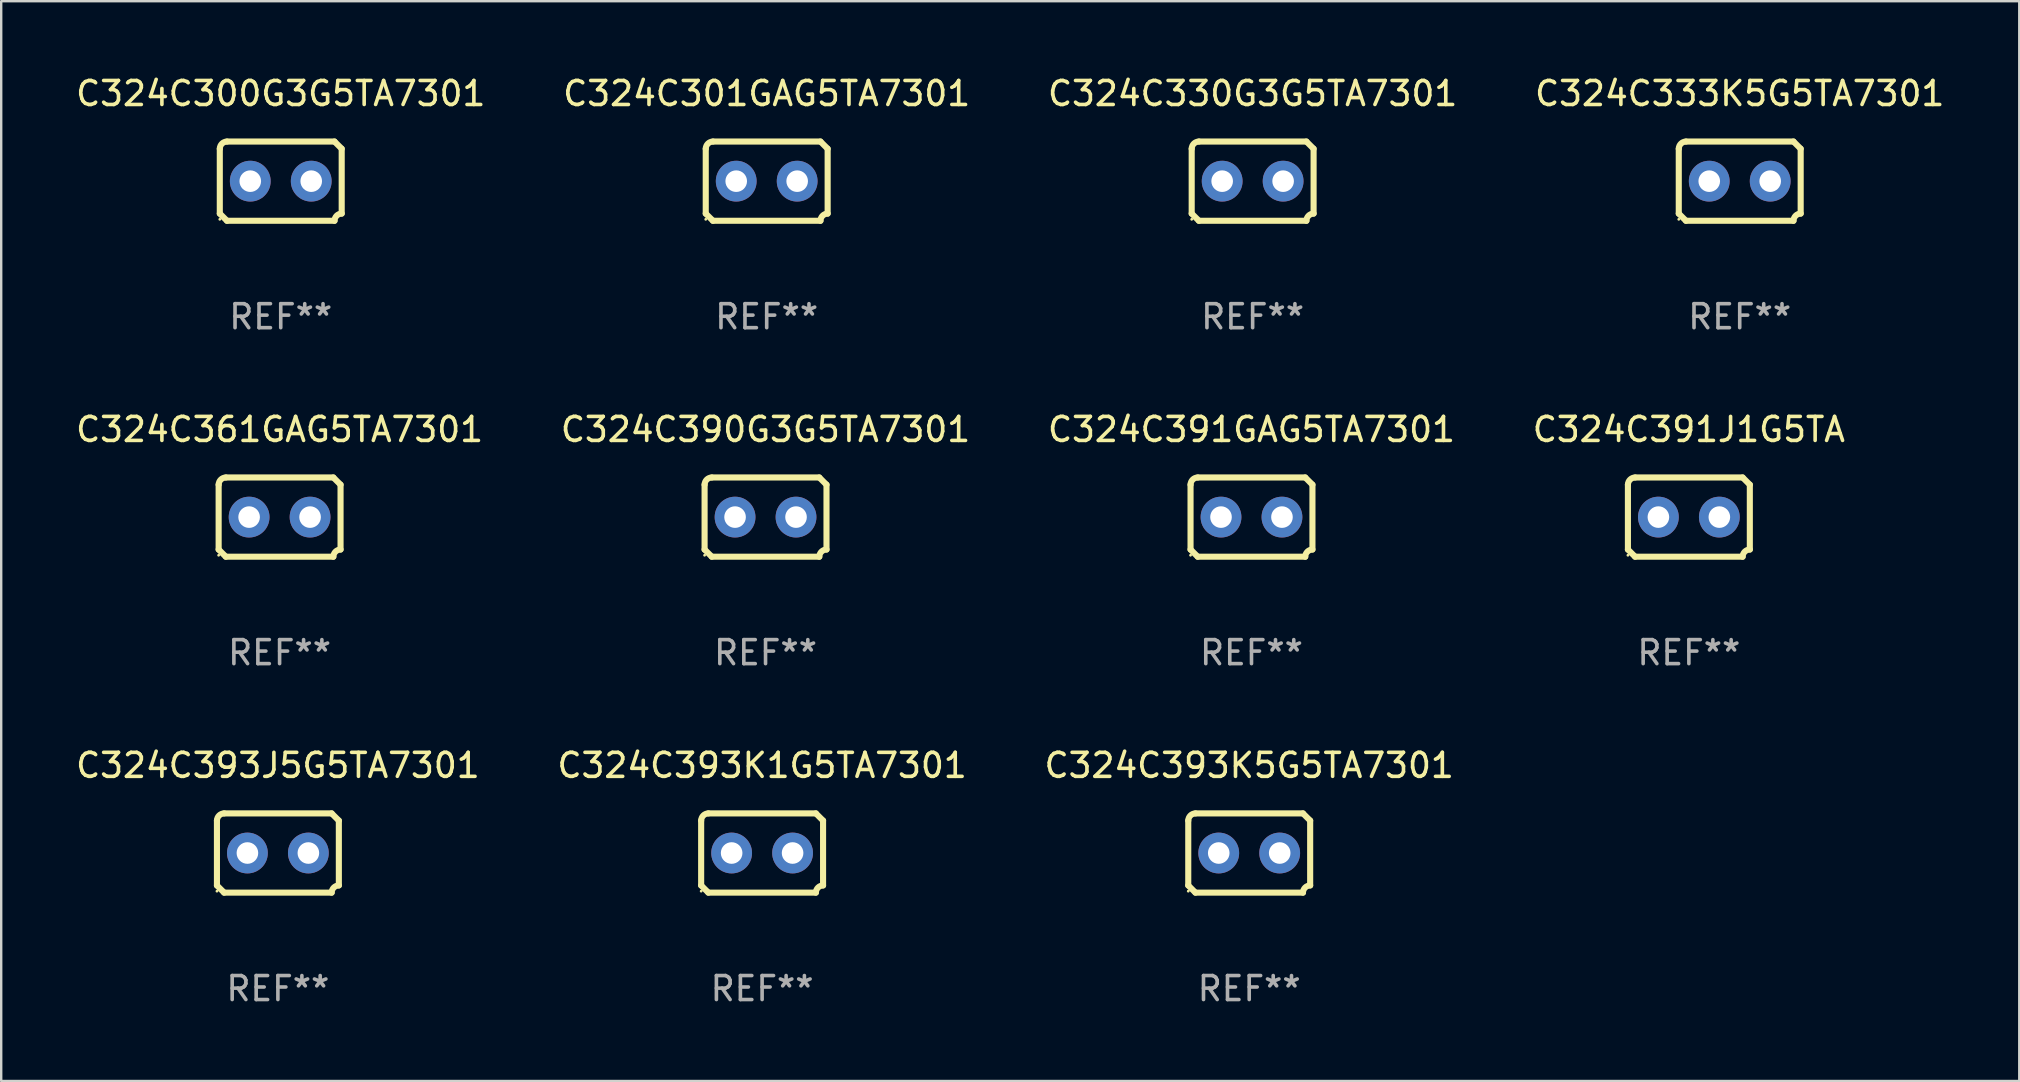
<source format=kicad_pcb>
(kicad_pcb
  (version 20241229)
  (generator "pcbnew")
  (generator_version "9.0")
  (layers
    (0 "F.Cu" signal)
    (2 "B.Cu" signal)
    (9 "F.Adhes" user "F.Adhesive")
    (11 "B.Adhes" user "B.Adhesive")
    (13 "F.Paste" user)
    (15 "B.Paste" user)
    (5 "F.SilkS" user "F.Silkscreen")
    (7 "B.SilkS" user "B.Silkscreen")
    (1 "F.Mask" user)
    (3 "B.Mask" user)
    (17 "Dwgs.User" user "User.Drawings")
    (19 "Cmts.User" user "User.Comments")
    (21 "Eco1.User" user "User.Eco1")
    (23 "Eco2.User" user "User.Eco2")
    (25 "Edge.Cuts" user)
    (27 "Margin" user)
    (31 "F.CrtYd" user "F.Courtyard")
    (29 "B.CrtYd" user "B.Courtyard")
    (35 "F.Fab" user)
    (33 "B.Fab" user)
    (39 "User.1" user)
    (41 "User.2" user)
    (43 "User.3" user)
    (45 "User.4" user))
  (footprint "C324C300G3G5TA7301"
    (layer "F.Cu")
    (at 8.649 4.499)
    (property "Reference" "C324C300G3G5TA7301" (at 0 -3.651 0) (layer "F.SilkS") (effects (font (size 1 1) (thickness 0.15))))
    (attr through_hole)
    (fp_line (start -2.54 -1.351) (end -2.54 1.351) (stroke (width 0.254) (type solid)) (layer "F.SilkS"))
    (fp_line (start -2.24 -1.651) (end 2.24 -1.651) (stroke (width 0.254) (type solid)) (layer "F.SilkS"))
    (fp_line (start 2.24 1.651) (end -2.24 1.651) (stroke (width 0.254) (type solid)) (layer "F.SilkS"))
    (fp_line (start 2.54 1.351) (end 2.54 -1.351) (stroke (width 0.254) (type solid)) (layer "F.SilkS"))
    (fp_arc (start -2.540005 -1.351283) (mid -2.450115 -1.561309) (end -2.240005 -1.651003) (stroke (width 0.254001) (type solid)) (layer "F.SilkS"))
    (fp_arc (start -2.240287 1.651001) (mid -2.390163 1.501019) (end -2.540005 1.351003) (stroke (width 0.254001) (type solid)) (layer "F.SilkS"))
    (fp_arc (start 2.240005 1.651003) (mid 2.329934 1.441015) (end 2.540005 1.351282) (stroke (width 0.254001) (type solid)) (layer "F.SilkS"))
    (fp_arc (start 2.540005 -1.351003) (mid 2.389393 -1.500252) (end 2.240284 -1.651003) (stroke (width 0.254001) (type solid)) (layer "F.SilkS"))
    (fp_circle (center -2.54 1.59) (end -2.51 1.59) (stroke (width 0.06) (type solid)) (fill no) (layer "F.SilkS"))
    (fp_text user "REF**" (at 0 5.651 0) (layer "F.Fab") (effects (font (size 1 1) (thickness 0.15))))
    (pad "1" thru_hole circle (at -1.27 0) (size 1.7 1.7) (drill 0.9) (layers "*.Cu" "*.Mask"))
    (pad "2" thru_hole circle (at 1.27 0) (size 1.7 1.7) (drill 0.9) (layers "*.Cu" "*.Mask")))
  (footprint "C324C390G3G5TA7301"
    (layer "F.Cu")
    (at 28.851 18.498)
    (property "Reference" "C324C390G3G5TA7301" (at 0 -3.651 0) (layer "F.SilkS") (effects (font (size 1 1) (thickness 0.15))))
    (attr through_hole)
    (fp_line (start -2.54 -1.351) (end -2.54 1.351) (stroke (width 0.254) (type solid)) (layer "F.SilkS"))
    (fp_line (start -2.24 -1.651) (end 2.24 -1.651) (stroke (width 0.254) (type solid)) (layer "F.SilkS"))
    (fp_line (start 2.24 1.651) (end -2.24 1.651) (stroke (width 0.254) (type solid)) (layer "F.SilkS"))
    (fp_line (start 2.54 1.351) (end 2.54 -1.351) (stroke (width 0.254) (type solid)) (layer "F.SilkS"))
    (fp_arc (start -2.540005 -1.351283) (mid -2.450115 -1.561309) (end -2.240005 -1.651003) (stroke (width 0.254001) (type solid)) (layer "F.SilkS"))
    (fp_arc (start -2.240287 1.651001) (mid -2.390163 1.501019) (end -2.540005 1.351003) (stroke (width 0.254001) (type solid)) (layer "F.SilkS"))
    (fp_arc (start 2.240005 1.651003) (mid 2.329934 1.441015) (end 2.540005 1.351282) (stroke (width 0.254001) (type solid)) (layer "F.SilkS"))
    (fp_arc (start 2.540005 -1.351003) (mid 2.389393 -1.500252) (end 2.240284 -1.651003) (stroke (width 0.254001) (type solid)) (layer "F.SilkS"))
    (fp_circle (center -2.54 1.59) (end -2.51 1.59) (stroke (width 0.06) (type solid)) (fill no) (layer "F.SilkS"))
    (fp_text user "REF**" (at 0 5.651 0) (layer "F.Fab") (effects (font (size 1 1) (thickness 0.15))))
    (pad "1" thru_hole circle (at -1.27 0) (size 1.7 1.7) (drill 0.9) (layers "*.Cu" "*.Mask"))
    (pad "2" thru_hole circle (at 1.27 0) (size 1.7 1.7) (drill 0.9) (layers "*.Cu" "*.Mask")))
  (footprint "C324C391GAG5TA7301"
    (layer "F.Cu")
    (at 49.101 18.498)
    (property "Reference" "C324C391GAG5TA7301" (at 0 -3.651 0) (layer "F.SilkS") (effects (font (size 1 1) (thickness 0.15))))
    (attr through_hole)
    (fp_line (start -2.54 -1.351) (end -2.54 1.351) (stroke (width 0.254) (type solid)) (layer "F.SilkS"))
    (fp_line (start -2.24 -1.651) (end 2.24 -1.651) (stroke (width 0.254) (type solid)) (layer "F.SilkS"))
    (fp_line (start 2.24 1.651) (end -2.24 1.651) (stroke (width 0.254) (type solid)) (layer "F.SilkS"))
    (fp_line (start 2.54 1.351) (end 2.54 -1.351) (stroke (width 0.254) (type solid)) (layer "F.SilkS"))
    (fp_arc (start -2.540005 -1.351283) (mid -2.450115 -1.561309) (end -2.240005 -1.651003) (stroke (width 0.254001) (type solid)) (layer "F.SilkS"))
    (fp_arc (start -2.240287 1.651001) (mid -2.390163 1.501019) (end -2.540005 1.351003) (stroke (width 0.254001) (type solid)) (layer "F.SilkS"))
    (fp_arc (start 2.240005 1.651003) (mid 2.329934 1.441015) (end 2.540005 1.351282) (stroke (width 0.254001) (type solid)) (layer "F.SilkS"))
    (fp_arc (start 2.540005 -1.351003) (mid 2.389393 -1.500252) (end 2.240284 -1.651003) (stroke (width 0.254001) (type solid)) (layer "F.SilkS"))
    (fp_circle (center -2.54 1.59) (end -2.51 1.59) (stroke (width 0.06) (type solid)) (fill no) (layer "F.SilkS"))
    (fp_text user "REF**" (at 0 5.651 0) (layer "F.Fab") (effects (font (size 1 1) (thickness 0.15))))
    (pad "1" thru_hole circle (at -1.27 0) (size 1.7 1.7) (drill 0.9) (layers "*.Cu" "*.Mask"))
    (pad "2" thru_hole circle (at 1.27 0) (size 1.7 1.7) (drill 0.9) (layers "*.Cu" "*.Mask")))
  (footprint "C324C393J5G5TA7301"
    (layer "F.Cu")
    (at 8.53 32.496)
    (property "Reference" "C324C393J5G5TA7301" (at 0 -3.651 0) (layer "F.SilkS") (effects (font (size 1 1) (thickness 0.15))))
    (attr through_hole)
    (fp_line (start -2.54 -1.351) (end -2.54 1.351) (stroke (width 0.254) (type solid)) (layer "F.SilkS"))
    (fp_line (start -2.24 -1.651) (end 2.24 -1.651) (stroke (width 0.254) (type solid)) (layer "F.SilkS"))
    (fp_line (start 2.24 1.651) (end -2.24 1.651) (stroke (width 0.254) (type solid)) (layer "F.SilkS"))
    (fp_line (start 2.54 1.351) (end 2.54 -1.351) (stroke (width 0.254) (type solid)) (layer "F.SilkS"))
    (fp_arc (start -2.540005 -1.351283) (mid -2.450115 -1.561309) (end -2.240005 -1.651003) (stroke (width 0.254001) (type solid)) (layer "F.SilkS"))
    (fp_arc (start -2.240287 1.651001) (mid -2.390163 1.501019) (end -2.540005 1.351003) (stroke (width 0.254001) (type solid)) (layer "F.SilkS"))
    (fp_arc (start 2.240005 1.651003) (mid 2.329934 1.441015) (end 2.540005 1.351282) (stroke (width 0.254001) (type solid)) (layer "F.SilkS"))
    (fp_arc (start 2.540005 -1.351003) (mid 2.389393 -1.500252) (end 2.240284 -1.651003) (stroke (width 0.254001) (type solid)) (layer "F.SilkS"))
    (fp_circle (center -2.54 1.59) (end -2.51 1.59) (stroke (width 0.06) (type solid)) (fill no) (layer "F.SilkS"))
    (fp_text user "REF**" (at 0 5.651 0) (layer "F.Fab") (effects (font (size 1 1) (thickness 0.15))))
    (pad "1" thru_hole circle (at -1.27 0) (size 1.7 1.7) (drill 0.9) (layers "*.Cu" "*.Mask"))
    (pad "2" thru_hole circle (at 1.27 0) (size 1.7 1.7) (drill 0.9) (layers "*.Cu" "*.Mask")))
  (footprint "C324C393K1G5TA7301"
    (layer "F.Cu")
    (at 28.708 32.496)
    (property "Reference" "C324C393K1G5TA7301" (at 0 -3.651 0) (layer "F.SilkS") (effects (font (size 1 1) (thickness 0.15))))
    (attr through_hole)
    (fp_line (start -2.54 -1.351) (end -2.54 1.351) (stroke (width 0.254) (type solid)) (layer "F.SilkS"))
    (fp_line (start -2.24 -1.651) (end 2.24 -1.651) (stroke (width 0.254) (type solid)) (layer "F.SilkS"))
    (fp_line (start 2.24 1.651) (end -2.24 1.651) (stroke (width 0.254) (type solid)) (layer "F.SilkS"))
    (fp_line (start 2.54 1.351) (end 2.54 -1.351) (stroke (width 0.254) (type solid)) (layer "F.SilkS"))
    (fp_arc (start -2.540005 -1.351283) (mid -2.450115 -1.561309) (end -2.240005 -1.651003) (stroke (width 0.254001) (type solid)) (layer "F.SilkS"))
    (fp_arc (start -2.240287 1.651001) (mid -2.390163 1.501019) (end -2.540005 1.351003) (stroke (width 0.254001) (type solid)) (layer "F.SilkS"))
    (fp_arc (start 2.240005 1.651003) (mid 2.329934 1.441015) (end 2.540005 1.351282) (stroke (width 0.254001) (type solid)) (layer "F.SilkS"))
    (fp_arc (start 2.540005 -1.351003) (mid 2.389393 -1.500252) (end 2.240284 -1.651003) (stroke (width 0.254001) (type solid)) (layer "F.SilkS"))
    (fp_circle (center -2.54 1.59) (end -2.51 1.59) (stroke (width 0.06) (type solid)) (fill no) (layer "F.SilkS"))
    (fp_text user "REF**" (at 0 5.651 0) (layer "F.Fab") (effects (font (size 1 1) (thickness 0.15))))
    (pad "1" thru_hole circle (at -1.27 0) (size 1.7 1.7) (drill 0.9) (layers "*.Cu" "*.Mask"))
    (pad "2" thru_hole circle (at 1.27 0) (size 1.7 1.7) (drill 0.9) (layers "*.Cu" "*.Mask")))
  (footprint "C324C391J1G5TA"
    (layer "F.Cu")
    (at 67.327 18.498)
    (property "Reference" "C324C391J1G5TA" (at 0 -3.651 0) (layer "F.SilkS") (effects (font (size 1 1) (thickness 0.15))))
    (attr through_hole)
    (fp_line (start -2.54 -1.351) (end -2.54 1.351) (stroke (width 0.254) (type solid)) (layer "F.SilkS"))
    (fp_line (start -2.24 -1.651) (end 2.24 -1.651) (stroke (width 0.254) (type solid)) (layer "F.SilkS"))
    (fp_line (start 2.24 1.651) (end -2.24 1.651) (stroke (width 0.254) (type solid)) (layer "F.SilkS"))
    (fp_line (start 2.54 1.351) (end 2.54 -1.351) (stroke (width 0.254) (type solid)) (layer "F.SilkS"))
    (fp_arc (start -2.540005 -1.351283) (mid -2.450115 -1.561309) (end -2.240005 -1.651003) (stroke (width 0.254001) (type solid)) (layer "F.SilkS"))
    (fp_arc (start -2.240287 1.651001) (mid -2.390163 1.501019) (end -2.540005 1.351003) (stroke (width 0.254001) (type solid)) (layer "F.SilkS"))
    (fp_arc (start 2.240005 1.651003) (mid 2.329934 1.441015) (end 2.540005 1.351282) (stroke (width 0.254001) (type solid)) (layer "F.SilkS"))
    (fp_arc (start 2.540005 -1.351003) (mid 2.389393 -1.500252) (end 2.240284 -1.651003) (stroke (width 0.254001) (type solid)) (layer "F.SilkS"))
    (fp_circle (center -2.54 1.59) (end -2.51 1.59) (stroke (width 0.06) (type solid)) (fill no) (layer "F.SilkS"))
    (fp_text user "REF**" (at 0 5.651 0) (layer "F.Fab") (effects (font (size 1 1) (thickness 0.15))))
    (pad "1" thru_hole circle (at -1.27 0) (size 1.7 1.7) (drill 0.9) (layers "*.Cu" "*.Mask"))
    (pad "2" thru_hole circle (at 1.27 0) (size 1.7 1.7) (drill 0.9) (layers "*.Cu" "*.Mask")))
  (footprint "C324C333K5G5TA7301"
    (layer "F.Cu")
    (at 69.446 4.499)
    (property "Reference" "C324C333K5G5TA7301" (at 0 -3.651 0) (layer "F.SilkS") (effects (font (size 1 1) (thickness 0.15))))
    (attr through_hole)
    (fp_line (start -2.54 -1.351) (end -2.54 1.351) (stroke (width 0.254) (type solid)) (layer "F.SilkS"))
    (fp_line (start -2.24 -1.651) (end 2.24 -1.651) (stroke (width 0.254) (type solid)) (layer "F.SilkS"))
    (fp_line (start 2.24 1.651) (end -2.24 1.651) (stroke (width 0.254) (type solid)) (layer "F.SilkS"))
    (fp_line (start 2.54 1.351) (end 2.54 -1.351) (stroke (width 0.254) (type solid)) (layer "F.SilkS"))
    (fp_arc (start -2.540005 -1.351283) (mid -2.450115 -1.561309) (end -2.240005 -1.651003) (stroke (width 0.254001) (type solid)) (layer "F.SilkS"))
    (fp_arc (start -2.240287 1.651001) (mid -2.390163 1.501019) (end -2.540005 1.351003) (stroke (width 0.254001) (type solid)) (layer "F.SilkS"))
    (fp_arc (start 2.240005 1.651003) (mid 2.329934 1.441015) (end 2.540005 1.351282) (stroke (width 0.254001) (type solid)) (layer "F.SilkS"))
    (fp_arc (start 2.540005 -1.351003) (mid 2.389393 -1.500252) (end 2.240284 -1.651003) (stroke (width 0.254001) (type solid)) (layer "F.SilkS"))
    (fp_circle (center -2.54 1.59) (end -2.51 1.59) (stroke (width 0.06) (type solid)) (fill no) (layer "F.SilkS"))
    (fp_text user "REF**" (at 0 5.651 0) (layer "F.Fab") (effects (font (size 1 1) (thickness 0.15))))
    (pad "1" thru_hole circle (at -1.27 0) (size 1.7 1.7) (drill 0.9) (layers "*.Cu" "*.Mask"))
    (pad "2" thru_hole circle (at 1.27 0) (size 1.7 1.7) (drill 0.9) (layers "*.Cu" "*.Mask")))
  (footprint "C324C330G3G5TA7301"
    (layer "F.Cu")
    (at 49.149 4.499)
    (property "Reference" "C324C330G3G5TA7301" (at 0 -3.651 0) (layer "F.SilkS") (effects (font (size 1 1) (thickness 0.15))))
    (attr through_hole)
    (fp_line (start -2.54 -1.351) (end -2.54 1.351) (stroke (width 0.254) (type solid)) (layer "F.SilkS"))
    (fp_line (start -2.24 -1.651) (end 2.24 -1.651) (stroke (width 0.254) (type solid)) (layer "F.SilkS"))
    (fp_line (start 2.24 1.651) (end -2.24 1.651) (stroke (width 0.254) (type solid)) (layer "F.SilkS"))
    (fp_line (start 2.54 1.351) (end 2.54 -1.351) (stroke (width 0.254) (type solid)) (layer "F.SilkS"))
    (fp_arc (start -2.540005 -1.351283) (mid -2.450115 -1.561309) (end -2.240005 -1.651003) (stroke (width 0.254001) (type solid)) (layer "F.SilkS"))
    (fp_arc (start -2.240287 1.651001) (mid -2.390163 1.501019) (end -2.540005 1.351003) (stroke (width 0.254001) (type solid)) (layer "F.SilkS"))
    (fp_arc (start 2.240005 1.651003) (mid 2.329934 1.441015) (end 2.540005 1.351282) (stroke (width 0.254001) (type solid)) (layer "F.SilkS"))
    (fp_arc (start 2.540005 -1.351003) (mid 2.389393 -1.500252) (end 2.240284 -1.651003) (stroke (width 0.254001) (type solid)) (layer "F.SilkS"))
    (fp_circle (center -2.54 1.59) (end -2.51 1.59) (stroke (width 0.06) (type solid)) (fill no) (layer "F.SilkS"))
    (fp_text user "REF**" (at 0 5.651 0) (layer "F.Fab") (effects (font (size 1 1) (thickness 0.15))))
    (pad "1" thru_hole circle (at -1.27 0) (size 1.7 1.7) (drill 0.9) (layers "*.Cu" "*.Mask"))
    (pad "2" thru_hole circle (at 1.27 0) (size 1.7 1.7) (drill 0.9) (layers "*.Cu" "*.Mask")))
  (footprint "C324C301GAG5TA7301"
    (layer "F.Cu")
    (at 28.899 4.499)
    (property "Reference" "C324C301GAG5TA7301" (at 0 -3.651 0) (layer "F.SilkS") (effects (font (size 1 1) (thickness 0.15))))
    (attr through_hole)
    (fp_line (start -2.54 -1.351) (end -2.54 1.351) (stroke (width 0.254) (type solid)) (layer "F.SilkS"))
    (fp_line (start -2.24 -1.651) (end 2.24 -1.651) (stroke (width 0.254) (type solid)) (layer "F.SilkS"))
    (fp_line (start 2.24 1.651) (end -2.24 1.651) (stroke (width 0.254) (type solid)) (layer "F.SilkS"))
    (fp_line (start 2.54 1.351) (end 2.54 -1.351) (stroke (width 0.254) (type solid)) (layer "F.SilkS"))
    (fp_arc (start -2.540005 -1.351283) (mid -2.450115 -1.561309) (end -2.240005 -1.651003) (stroke (width 0.254001) (type solid)) (layer "F.SilkS"))
    (fp_arc (start -2.240287 1.651001) (mid -2.390163 1.501019) (end -2.540005 1.351003) (stroke (width 0.254001) (type solid)) (layer "F.SilkS"))
    (fp_arc (start 2.240005 1.651003) (mid 2.329934 1.441015) (end 2.540005 1.351282) (stroke (width 0.254001) (type solid)) (layer "F.SilkS"))
    (fp_arc (start 2.540005 -1.351003) (mid 2.389393 -1.500252) (end 2.240284 -1.651003) (stroke (width 0.254001) (type solid)) (layer "F.SilkS"))
    (fp_circle (center -2.54 1.59) (end -2.51 1.59) (stroke (width 0.06) (type solid)) (fill no) (layer "F.SilkS"))
    (fp_text user "REF**" (at 0 5.651 0) (layer "F.Fab") (effects (font (size 1 1) (thickness 0.15))))
    (pad "1" thru_hole circle (at -1.27 0) (size 1.7 1.7) (drill 0.9) (layers "*.Cu" "*.Mask"))
    (pad "2" thru_hole circle (at 1.27 0) (size 1.7 1.7) (drill 0.9) (layers "*.Cu" "*.Mask")))
  (footprint "C324C393K5G5TA7301"
    (layer "F.Cu")
    (at 49.006 32.496)
    (property "Reference" "C324C393K5G5TA7301" (at 0 -3.651 0) (layer "F.SilkS") (effects (font (size 1 1) (thickness 0.15))))
    (attr through_hole)
    (fp_line (start -2.54 -1.351) (end -2.54 1.351) (stroke (width 0.254) (type solid)) (layer "F.SilkS"))
    (fp_line (start -2.24 -1.651) (end 2.24 -1.651) (stroke (width 0.254) (type solid)) (layer "F.SilkS"))
    (fp_line (start 2.24 1.651) (end -2.24 1.651) (stroke (width 0.254) (type solid)) (layer "F.SilkS"))
    (fp_line (start 2.54 1.351) (end 2.54 -1.351) (stroke (width 0.254) (type solid)) (layer "F.SilkS"))
    (fp_arc (start -2.540005 -1.351283) (mid -2.450115 -1.561309) (end -2.240005 -1.651003) (stroke (width 0.254001) (type solid)) (layer "F.SilkS"))
    (fp_arc (start -2.240287 1.651001) (mid -2.390163 1.501019) (end -2.540005 1.351003) (stroke (width 0.254001) (type solid)) (layer "F.SilkS"))
    (fp_arc (start 2.240005 1.651003) (mid 2.329934 1.441015) (end 2.540005 1.351282) (stroke (width 0.254001) (type solid)) (layer "F.SilkS"))
    (fp_arc (start 2.540005 -1.351003) (mid 2.389393 -1.500252) (end 2.240284 -1.651003) (stroke (width 0.254001) (type solid)) (layer "F.SilkS"))
    (fp_circle (center -2.54 1.59) (end -2.51 1.59) (stroke (width 0.06) (type solid)) (fill no) (layer "F.SilkS"))
    (fp_text user "REF**" (at 0 5.651 0) (layer "F.Fab") (effects (font (size 1 1) (thickness 0.15))))
    (pad "1" thru_hole circle (at -1.27 0) (size 1.7 1.7) (drill 0.9) (layers "*.Cu" "*.Mask"))
    (pad "2" thru_hole circle (at 1.27 0) (size 1.7 1.7) (drill 0.9) (layers "*.Cu" "*.Mask")))
  (footprint "C324C361GAG5TA7301"
    (layer "F.Cu")
    (at 8.601 18.498)
    (property "Reference" "C324C361GAG5TA7301" (at 0 -3.651 0) (layer "F.SilkS") (effects (font (size 1 1) (thickness 0.15))))
    (attr through_hole)
    (fp_line (start -2.54 -1.351) (end -2.54 1.351) (stroke (width 0.254) (type solid)) (layer "F.SilkS"))
    (fp_line (start -2.24 -1.651) (end 2.24 -1.651) (stroke (width 0.254) (type solid)) (layer "F.SilkS"))
    (fp_line (start 2.24 1.651) (end -2.24 1.651) (stroke (width 0.254) (type solid)) (layer "F.SilkS"))
    (fp_line (start 2.54 1.351) (end 2.54 -1.351) (stroke (width 0.254) (type solid)) (layer "F.SilkS"))
    (fp_arc (start -2.540005 -1.351283) (mid -2.450115 -1.561309) (end -2.240005 -1.651003) (stroke (width 0.254001) (type solid)) (layer "F.SilkS"))
    (fp_arc (start -2.240287 1.651001) (mid -2.390163 1.501019) (end -2.540005 1.351003) (stroke (width 0.254001) (type solid)) (layer "F.SilkS"))
    (fp_arc (start 2.240005 1.651003) (mid 2.329934 1.441015) (end 2.540005 1.351282) (stroke (width 0.254001) (type solid)) (layer "F.SilkS"))
    (fp_arc (start 2.540005 -1.351003) (mid 2.389393 -1.500252) (end 2.240284 -1.651003) (stroke (width 0.254001) (type solid)) (layer "F.SilkS"))
    (fp_circle (center -2.54 1.59) (end -2.51 1.59) (stroke (width 0.06) (type solid)) (fill no) (layer "F.SilkS"))
    (fp_text user "REF**" (at 0 5.651 0) (layer "F.Fab") (effects (font (size 1 1) (thickness 0.15))))
    (pad "1" thru_hole circle (at -1.27 0) (size 1.7 1.7) (drill 0.9) (layers "*.Cu" "*.Mask"))
    (pad "2" thru_hole circle (at 1.27 0) (size 1.7 1.7) (drill 0.9) (layers "*.Cu" "*.Mask")))
  (gr_rect
    (start -3 -3)
    (end 81.095 41.996)
    (stroke (width 0.1) (type default))
    (fill no)
    (layer "Edge.Cuts")))
</source>
